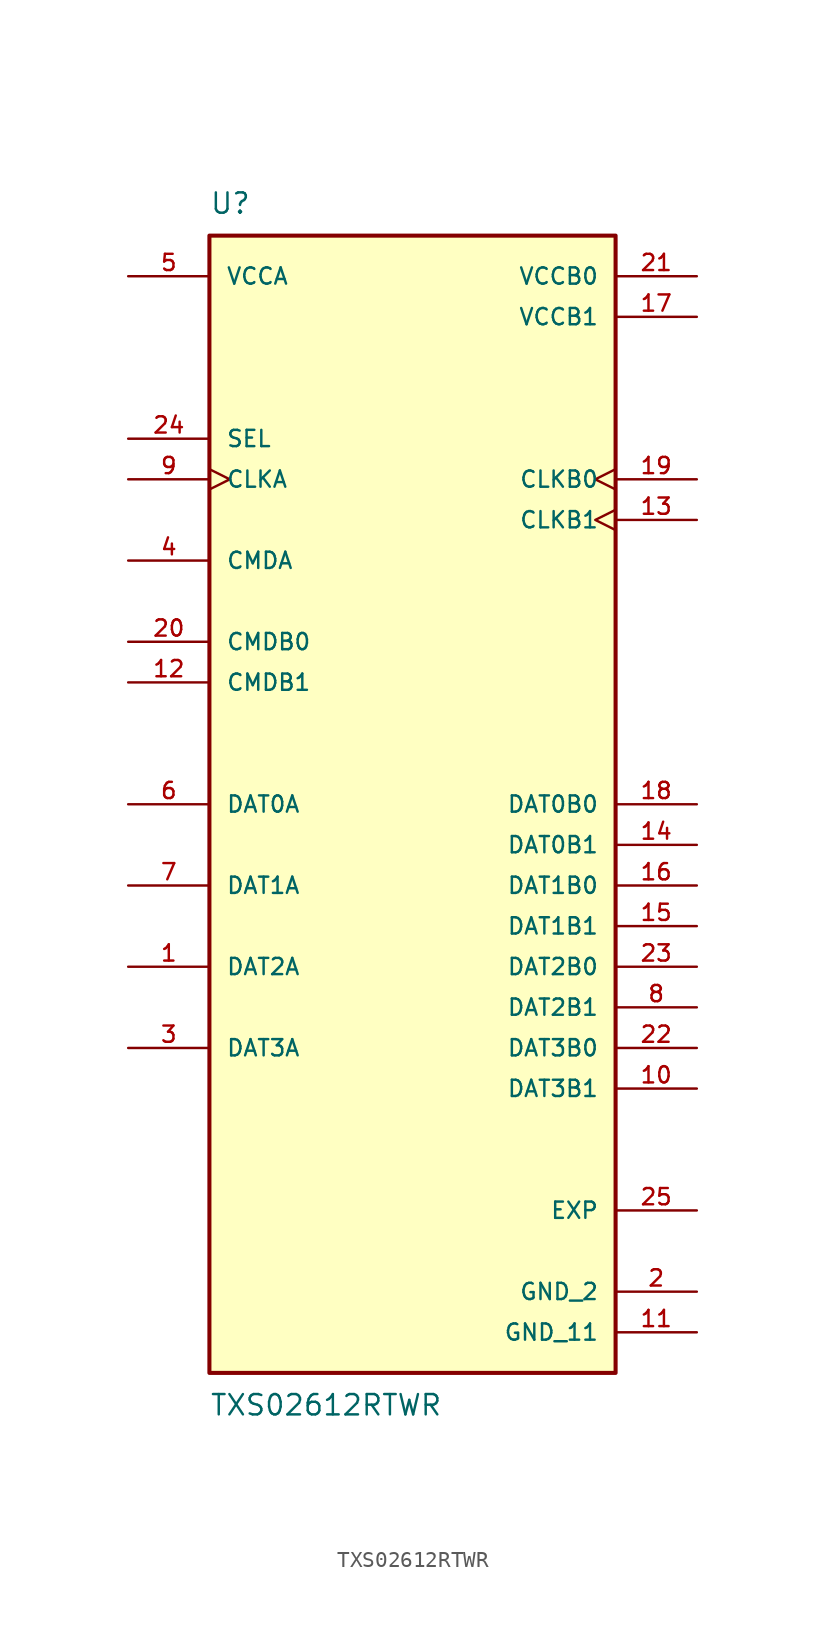
<source format=kicad_sym>
(kicad_symbol_lib
  (version 20211014)
  (generator kicad_symbol_editor)
  (symbol "TXS02612RTWR"
    (pin_names
      (offset 1.016))
    (property "Reference" "U"
      (at -12.7 36.83 0)
      (effects (font (size 1.27 1.27)) (justify bottom left)))
    (property "Value" "TXS02612RTWR"
      (at -12.7 -36.83 0)
      (effects (font (size 1.27 1.27)) (justify top left)))
    (symbol "TXS02612RTWR_0_0"
      (rectangle (start -12.7 -35.56) (end 12.7 35.56) (stroke (width 0.254)) (fill (type background)))
      (pin bidirectional line (at -17.78 -10.16 0) (length 5.08) (name "DAT2A" (effects (font (size 1.016 1.016)))) (number "1" (effects (font (size 1.016 1.016)))))
      (pin bidirectional line (at -17.78 -15.24 0) (length 5.08) (name "DAT3A" (effects (font (size 1.016 1.016)))) (number "3" (effects (font (size 1.016 1.016)))))
      (pin bidirectional line (at -17.78 15.24 0) (length 5.08) (name "CMDA" (effects (font (size 1.016 1.016)))) (number "4" (effects (font (size 1.016 1.016)))))
      (pin bidirectional line (at -17.78 0.0 0) (length 5.08) (name "DAT0A" (effects (font (size 1.016 1.016)))) (number "6" (effects (font (size 1.016 1.016)))))
      (pin bidirectional line (at -17.78 -5.08 0) (length 5.08) (name "DAT1A" (effects (font (size 1.016 1.016)))) (number "7" (effects (font (size 1.016 1.016)))))
      (pin input line (at -17.78 22.86 0) (length 5.08) (name "SEL" (effects (font (size 1.016 1.016)))) (number "24" (effects (font (size 1.016 1.016)))))
      (pin power_in line (at -17.78 33.02 0) (length 5.08) (name "VCCA" (effects (font (size 1.016 1.016)))) (number "5" (effects (font (size 1.016 1.016)))))
      (pin input clock (at -17.78 20.32 0) (length 5.08) (name "CLKA" (effects (font (size 1.016 1.016)))) (number "9" (effects (font (size 1.016 1.016)))))
      (pin bidirectional line (at 17.78 -12.7 180.0) (length 5.08) (name "DAT2B1" (effects (font (size 1.016 1.016)))) (number "8" (effects (font (size 1.016 1.016)))))
      (pin bidirectional line (at 17.78 -15.24 180.0) (length 5.08) (name "DAT3B0" (effects (font (size 1.016 1.016)))) (number "22" (effects (font (size 1.016 1.016)))))
      (pin bidirectional line (at 17.78 -10.16 180.0) (length 5.08) (name "DAT2B0" (effects (font (size 1.016 1.016)))) (number "23" (effects (font (size 1.016 1.016)))))
      (pin power_in line (at 17.78 -30.48 180.0) (length 5.08) (name "GND_2" (effects (font (size 1.016 1.016)))) (number "2" (effects (font (size 1.016 1.016)))))
      (pin power_in line (at 17.78 -33.02 180.0) (length 5.08) (name "GND_11" (effects (font (size 1.016 1.016)))) (number "11" (effects (font (size 1.016 1.016)))))
      (pin bidirectional line (at 17.78 -17.78 180.0) (length 5.08) (name "DAT3B1" (effects (font (size 1.016 1.016)))) (number "10" (effects (font (size 1.016 1.016)))))
      (pin bidirectional line (at -17.78 10.16 0) (length 5.08) (name "CMDB0" (effects (font (size 1.016 1.016)))) (number "20" (effects (font (size 1.016 1.016)))))
      (pin power_in line (at 17.78 33.02 180.0) (length 5.08) (name "VCCB0" (effects (font (size 1.016 1.016)))) (number "21" (effects (font (size 1.016 1.016)))))
      (pin power_in line (at 17.78 30.48 180.0) (length 5.08) (name "VCCB1" (effects (font (size 1.016 1.016)))) (number "17" (effects (font (size 1.016 1.016)))))
      (pin bidirectional line (at 17.78 -7.62 180.0) (length 5.08) (name "DAT1B1" (effects (font (size 1.016 1.016)))) (number "15" (effects (font (size 1.016 1.016)))))
      (pin bidirectional line (at -17.78 7.62 0) (length 5.08) (name "CMDB1" (effects (font (size 1.016 1.016)))) (number "12" (effects (font (size 1.016 1.016)))))
      (pin output clock (at 17.78 20.32 180.0) (length 5.08) (name "CLKB0" (effects (font (size 1.016 1.016)))) (number "19" (effects (font (size 1.016 1.016)))))
      (pin bidirectional line (at 17.78 0.0 180.0) (length 5.08) (name "DAT0B0" (effects (font (size 1.016 1.016)))) (number "18" (effects (font (size 1.016 1.016)))))
      (pin bidirectional line (at 17.78 -5.08 180.0) (length 5.08) (name "DAT1B0" (effects (font (size 1.016 1.016)))) (number "16" (effects (font (size 1.016 1.016)))))
      (pin bidirectional line (at 17.78 -2.54 180.0) (length 5.08) (name "DAT0B1" (effects (font (size 1.016 1.016)))) (number "14" (effects (font (size 1.016 1.016)))))
      (pin output clock (at 17.78 17.78 180.0) (length 5.08) (name "CLKB1" (effects (font (size 1.016 1.016)))) (number "13" (effects (font (size 1.016 1.016)))))
      (pin passive line (at 17.78 -25.4 180.0) (length 5.08) (name "EXP" (effects (font (size 1.016 1.016)))) (number "25" (effects (font (size 1.016 1.016))))))))
</source>
